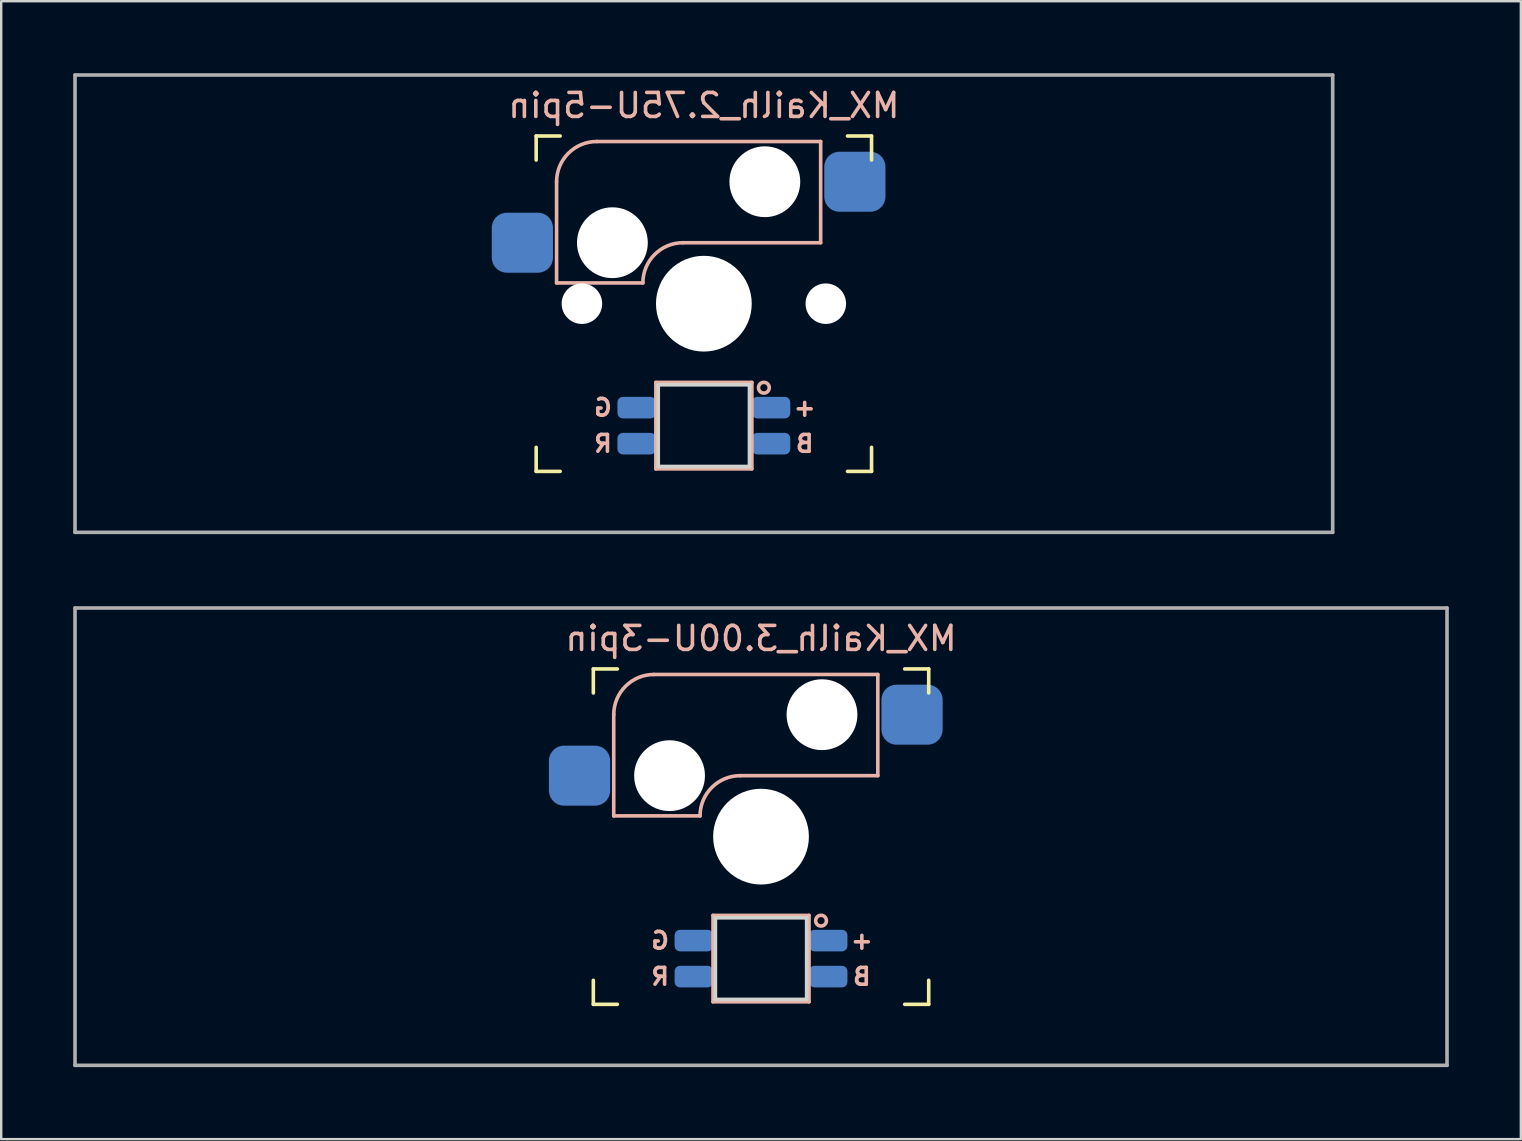
<source format=kicad_pcb>
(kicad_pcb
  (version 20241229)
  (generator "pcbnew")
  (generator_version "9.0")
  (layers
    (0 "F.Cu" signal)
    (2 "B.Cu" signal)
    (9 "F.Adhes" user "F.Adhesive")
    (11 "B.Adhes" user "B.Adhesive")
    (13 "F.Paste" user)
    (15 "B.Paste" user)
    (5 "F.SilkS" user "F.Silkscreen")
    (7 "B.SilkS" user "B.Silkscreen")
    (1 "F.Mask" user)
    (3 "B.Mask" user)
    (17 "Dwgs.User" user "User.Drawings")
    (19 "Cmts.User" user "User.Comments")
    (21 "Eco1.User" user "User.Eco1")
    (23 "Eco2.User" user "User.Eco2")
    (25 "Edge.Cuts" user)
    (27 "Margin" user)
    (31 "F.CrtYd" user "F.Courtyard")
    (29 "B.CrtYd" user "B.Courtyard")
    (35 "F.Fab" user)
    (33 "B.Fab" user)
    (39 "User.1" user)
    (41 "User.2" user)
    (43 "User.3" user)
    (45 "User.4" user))
  (footprint "MX_Kailh_2.75U-5pin"
    (layer "F.Cu")
    (at 26.269 9.6)
    (property "Reference" "MX_Kailh_2.75U-5pin" (at 0 -8.255 0) (layer "B.SilkS") (effects (font (size 1 1) (thickness 0.15)) (justify mirror)))
    (attr smd)
    (fp_line (start -6.985 -5.985) (end -6.985 -6.985) (stroke (width 0.15) (type solid)) (layer "F.SilkS"))
    (fp_line (start -6.985 6.985) (end -6.985 5.985) (stroke (width 0.15) (type solid)) (layer "F.SilkS"))
    (fp_line (start -6.985 6.985) (end -5.985 6.985) (stroke (width 0.15) (type solid)) (layer "F.SilkS"))
    (fp_line (start -5.985 -6.985) (end -6.985 -6.985) (stroke (width 0.15) (type solid)) (layer "F.SilkS"))
    (fp_line (start 5.985 6.985) (end 6.985 6.985) (stroke (width 0.15) (type solid)) (layer "F.SilkS"))
    (fp_line (start 6.985 -6.985) (end 5.985 -6.985) (stroke (width 0.15) (type solid)) (layer "F.SilkS"))
    (fp_line (start 6.985 -6.985) (end 6.985 -5.985) (stroke (width 0.15) (type solid)) (layer "F.SilkS"))
    (fp_line (start 6.985 5.985) (end 6.985 6.985) (stroke (width 0.15) (type solid)) (layer "F.SilkS"))
    (fp_line (start -6.135 -5.08) (end -6.135 -0.865) (stroke (width 0.15) (type solid)) (layer "B.SilkS"))
    (fp_line (start -6.135 -0.865) (end -2.54 -0.865) (stroke (width 0.15) (type solid)) (layer "B.SilkS"))
    (fp_line (start -4.46 -6.755) (end 4.865 -6.755) (stroke (width 0.15) (type solid)) (layer "B.SilkS"))
    (fp_line (start -2 3.28) (end -2 6.88) (stroke (width 0.15) (type solid)) (layer "B.SilkS"))
    (fp_line (start -2 6.88) (end 2 6.88) (stroke (width 0.15) (type solid)) (layer "B.SilkS"))
    (fp_line (start -0.865 -2.54) (end 4.865 -2.54) (stroke (width 0.15) (type solid)) (layer "B.SilkS"))
    (fp_line (start 2 3.28) (end -2 3.28) (stroke (width 0.15) (type solid)) (layer "B.SilkS"))
    (fp_line (start 2 6.88) (end 2 3.28) (stroke (width 0.15) (type solid)) (layer "B.SilkS"))
    (fp_line (start 4.865 -6.755) (end 4.865 -2.54) (stroke (width 0.15) (type solid)) (layer "B.SilkS"))
    (fp_arc (start -6.135 -5.08) (mid -5.644404 -6.264404) (end -4.46 -6.755) (stroke (width 0.15) (type solid)) (layer "B.SilkS"))
    (fp_arc (start -2.54 -0.865) (mid -2.049404 -2.049404) (end -0.865 -2.54) (stroke (width 0.15) (type solid)) (layer "B.SilkS"))
    (fp_circle (center 2.5 3.5) (end 2.724 3.5) (stroke (width 0.15) (type solid)) (fill no) (layer "B.SilkS"))
    (fp_line (start -6.985 6.985) (end -6.985 -6.985) (stroke (width 0.15) (type solid)) (layer "Eco2.User"))
    (fp_line (start -6.985 6.985) (end 6.985 6.985) (stroke (width 0.15) (type solid)) (layer "Eco2.User"))
    (fp_line (start 6.985 -6.985) (end -6.985 -6.985) (stroke (width 0.15) (type solid)) (layer "Eco2.User"))
    (fp_line (start 6.985 -6.985) (end 6.985 6.985) (stroke (width 0.15) (type solid)) (layer "Eco2.User"))
    (fp_line (start -1.9 3.38) (end -1.9 6.78) (stroke (width 0.15) (type solid)) (layer "Edge.Cuts"))
    (fp_line (start -1.9 3.38) (end 1.9 3.38) (stroke (width 0.15) (type solid)) (layer "Edge.Cuts"))
    (fp_line (start -1.9 6.78) (end 1.9 6.78) (stroke (width 0.15) (type solid)) (layer "Edge.Cuts"))
    (fp_line (start 1.9 3.38) (end 1.9 6.78) (stroke (width 0.15) (type solid)) (layer "Edge.Cuts"))
    (fp_line (start -26.194 -9.525) (end 26.194 -9.525) (stroke (width 0.15) (type solid)) (layer "F.Fab"))
    (fp_line (start -26.194 9.525) (end -26.194 -9.525) (stroke (width 0.15) (type solid)) (layer "F.Fab"))
    (fp_line (start 26.194 -9.525) (end 26.194 9.525) (stroke (width 0.15) (type solid)) (layer "F.Fab"))
    (fp_line (start 26.194 9.525) (end -26.194 9.525) (stroke (width 0.15) (type solid)) (layer "F.Fab"))
    (fp_text user "B" (at 4.2 5.83 0) (layer "B.SilkS") (effects (font (size 0.7 0.7) (thickness 0.15)) (justify mirror)))
    (fp_text user "G" (at -4.2 4.33 0) (layer "B.SilkS") (effects (font (size 0.7 0.7) (thickness 0.15)) (justify mirror)))
    (fp_text user "R" (at -4.2 5.83 0) (layer "B.SilkS") (effects (font (size 0.7 0.7) (thickness 0.15)) (justify mirror)))
    (fp_text user "+" (at 4.2 4.33 0) (layer "B.SilkS") (effects (font (size 0.7 0.7) (thickness 0.15)) (justify mirror)))
    (pad "" np_thru_hole circle (at -5.08 0) (size 1.688 1.688) (drill 1.688) (layers "*.Cu" "*.Mask"))
    (pad "" np_thru_hole circle (at -3.81 -2.54) (size 2.95 2.95) (drill 2.95) (layers "*.Cu" "*.Mask"))
    (pad "" np_thru_hole circle (at 0 0) (size 3.988 3.988) (drill 3.988) (layers "*.Cu" "*.Mask"))
    (pad "" np_thru_hole circle (at 2.54 -5.08) (size 2.95 2.95) (drill 2.95) (layers "*.Cu" "*.Mask"))
    (pad "" np_thru_hole circle (at 5.08 0) (size 1.688 1.688) (drill 1.688) (layers "*.Cu" "*.Mask"))
    (pad "1" smd roundrect (at 6.29 -5.08) (size 2.55 2.5) (layers "B.Cu" "B.Mask" "B.Paste") (roundrect_rratio 0.25))
    (pad "2" smd roundrect (at -7.56 -2.54) (size 2.55 2.5) (layers "B.Cu" "B.Mask" "B.Paste") (roundrect_rratio 0.25))
    (pad "3" smd roundrect (at 2.8 4.33) (size 1.6 0.9) (layers "B.Cu" "B.Mask" "B.Paste") (roundrect_rratio 0.25))
    (pad "4" smd roundrect (at -2.8 5.83) (size 1.6 0.9) (layers "B.Cu" "B.Mask" "B.Paste") (roundrect_rratio 0.25))
    (pad "5" smd roundrect (at -2.8 4.33) (size 1.6 0.9) (layers "B.Cu" "B.Mask" "B.Paste") (roundrect_rratio 0.25))
    (pad "6" smd roundrect (at 2.8 5.83) (size 1.6 0.9) (layers "B.Cu" "B.Mask" "B.Paste") (roundrect_rratio 0.25)))
  (footprint "MX_Kailh_3.00U-3pin"
    (layer "F.Cu")
    (at 28.65 31.8)
    (property "Reference" "MX_Kailh_3.00U-3pin" (at 0 -8.255 0) (layer "B.SilkS") (effects (font (size 1 1) (thickness 0.15)) (justify mirror)))
    (attr smd)
    (fp_line (start -6.985 -5.985) (end -6.985 -6.985) (stroke (width 0.15) (type solid)) (layer "F.SilkS"))
    (fp_line (start -6.985 6.985) (end -6.985 5.985) (stroke (width 0.15) (type solid)) (layer "F.SilkS"))
    (fp_line (start -6.985 6.985) (end -5.985 6.985) (stroke (width 0.15) (type solid)) (layer "F.SilkS"))
    (fp_line (start -5.985 -6.985) (end -6.985 -6.985) (stroke (width 0.15) (type solid)) (layer "F.SilkS"))
    (fp_line (start 5.985 6.985) (end 6.985 6.985) (stroke (width 0.15) (type solid)) (layer "F.SilkS"))
    (fp_line (start 6.985 -6.985) (end 5.985 -6.985) (stroke (width 0.15) (type solid)) (layer "F.SilkS"))
    (fp_line (start 6.985 -6.985) (end 6.985 -5.985) (stroke (width 0.15) (type solid)) (layer "F.SilkS"))
    (fp_line (start 6.985 5.985) (end 6.985 6.985) (stroke (width 0.15) (type solid)) (layer "F.SilkS"))
    (fp_line (start -6.135 -5.08) (end -6.135 -0.865) (stroke (width 0.15) (type solid)) (layer "B.SilkS"))
    (fp_line (start -6.135 -0.865) (end -2.54 -0.865) (stroke (width 0.15) (type solid)) (layer "B.SilkS"))
    (fp_line (start -4.46 -6.755) (end 4.865 -6.755) (stroke (width 0.15) (type solid)) (layer "B.SilkS"))
    (fp_line (start -2 3.28) (end -2 6.88) (stroke (width 0.15) (type solid)) (layer "B.SilkS"))
    (fp_line (start -2 6.88) (end 2 6.88) (stroke (width 0.15) (type solid)) (layer "B.SilkS"))
    (fp_line (start -0.865 -2.54) (end 4.865 -2.54) (stroke (width 0.15) (type solid)) (layer "B.SilkS"))
    (fp_line (start 2 3.28) (end -2 3.28) (stroke (width 0.15) (type solid)) (layer "B.SilkS"))
    (fp_line (start 2 6.88) (end 2 3.28) (stroke (width 0.15) (type solid)) (layer "B.SilkS"))
    (fp_line (start 4.865 -6.755) (end 4.865 -2.54) (stroke (width 0.15) (type solid)) (layer "B.SilkS"))
    (fp_arc (start -6.135 -5.08) (mid -5.644404 -6.264404) (end -4.46 -6.755) (stroke (width 0.15) (type solid)) (layer "B.SilkS"))
    (fp_arc (start -2.54 -0.865) (mid -2.049404 -2.049404) (end -0.865 -2.54) (stroke (width 0.15) (type solid)) (layer "B.SilkS"))
    (fp_circle (center 2.5 3.5) (end 2.724 3.5) (stroke (width 0.15) (type solid)) (fill no) (layer "B.SilkS"))
    (fp_line (start -6.985 6.985) (end -6.985 -6.985) (stroke (width 0.15) (type solid)) (layer "Eco2.User"))
    (fp_line (start -6.985 6.985) (end 6.985 6.985) (stroke (width 0.15) (type solid)) (layer "Eco2.User"))
    (fp_line (start 6.985 -6.985) (end -6.985 -6.985) (stroke (width 0.15) (type solid)) (layer "Eco2.User"))
    (fp_line (start 6.985 -6.985) (end 6.985 6.985) (stroke (width 0.15) (type solid)) (layer "Eco2.User"))
    (fp_line (start -1.9 3.38) (end -1.9 6.78) (stroke (width 0.15) (type solid)) (layer "Edge.Cuts"))
    (fp_line (start -1.9 3.38) (end 1.9 3.38) (stroke (width 0.15) (type solid)) (layer "Edge.Cuts"))
    (fp_line (start -1.9 6.78) (end 1.9 6.78) (stroke (width 0.15) (type solid)) (layer "Edge.Cuts"))
    (fp_line (start 1.9 3.38) (end 1.9 6.78) (stroke (width 0.15) (type solid)) (layer "Edge.Cuts"))
    (fp_line (start -28.575 -9.525) (end 28.575 -9.525) (stroke (width 0.15) (type solid)) (layer "F.Fab"))
    (fp_line (start -28.575 9.525) (end -28.575 -9.525) (stroke (width 0.15) (type solid)) (layer "F.Fab"))
    (fp_line (start 28.575 -9.525) (end 28.575 9.525) (stroke (width 0.15) (type solid)) (layer "F.Fab"))
    (fp_line (start 28.575 9.525) (end -28.575 9.525) (stroke (width 0.15) (type solid)) (layer "F.Fab"))
    (fp_text user "B" (at 4.2 5.83 0) (layer "B.SilkS") (effects (font (size 0.7 0.7) (thickness 0.15)) (justify mirror)))
    (fp_text user "G" (at -4.2 4.33 0) (layer "B.SilkS") (effects (font (size 0.7 0.7) (thickness 0.15)) (justify mirror)))
    (fp_text user "R" (at -4.2 5.83 0) (layer "B.SilkS") (effects (font (size 0.7 0.7) (thickness 0.15)) (justify mirror)))
    (fp_text user "+" (at 4.2 4.33 0) (layer "B.SilkS") (effects (font (size 0.7 0.7) (thickness 0.15)) (justify mirror)))
    (pad "" np_thru_hole circle (at -3.81 -2.54) (size 2.95 2.95) (drill 2.95) (layers "*.Cu" "*.Mask"))
    (pad "" np_thru_hole circle (at 0 0) (size 3.988 3.988) (drill 3.988) (layers "*.Cu" "*.Mask"))
    (pad "" np_thru_hole circle (at 2.54 -5.08) (size 2.95 2.95) (drill 2.95) (layers "*.Cu" "*.Mask"))
    (pad "1" smd roundrect (at 6.29 -5.08) (size 2.55 2.5) (layers "B.Cu" "B.Mask" "B.Paste") (roundrect_rratio 0.25))
    (pad "2" smd roundrect (at -7.56 -2.54) (size 2.55 2.5) (layers "B.Cu" "B.Mask" "B.Paste") (roundrect_rratio 0.25))
    (pad "3" smd roundrect (at 2.8 4.33) (size 1.6 0.9) (layers "B.Cu" "B.Mask" "B.Paste") (roundrect_rratio 0.25))
    (pad "4" smd roundrect (at -2.8 5.83) (size 1.6 0.9) (layers "B.Cu" "B.Mask" "B.Paste") (roundrect_rratio 0.25))
    (pad "5" smd roundrect (at -2.8 4.33) (size 1.6 0.9) (layers "B.Cu" "B.Mask" "B.Paste") (roundrect_rratio 0.25))
    (pad "6" smd roundrect (at 2.8 5.83) (size 1.6 0.9) (layers "B.Cu" "B.Mask" "B.Paste") (roundrect_rratio 0.25)))
  (gr_rect
    (start -3 -3)
    (end 60.3 44.4)
    (stroke (width 0.1) (type default))
    (fill no)
    (layer "Edge.Cuts")))
</source>
